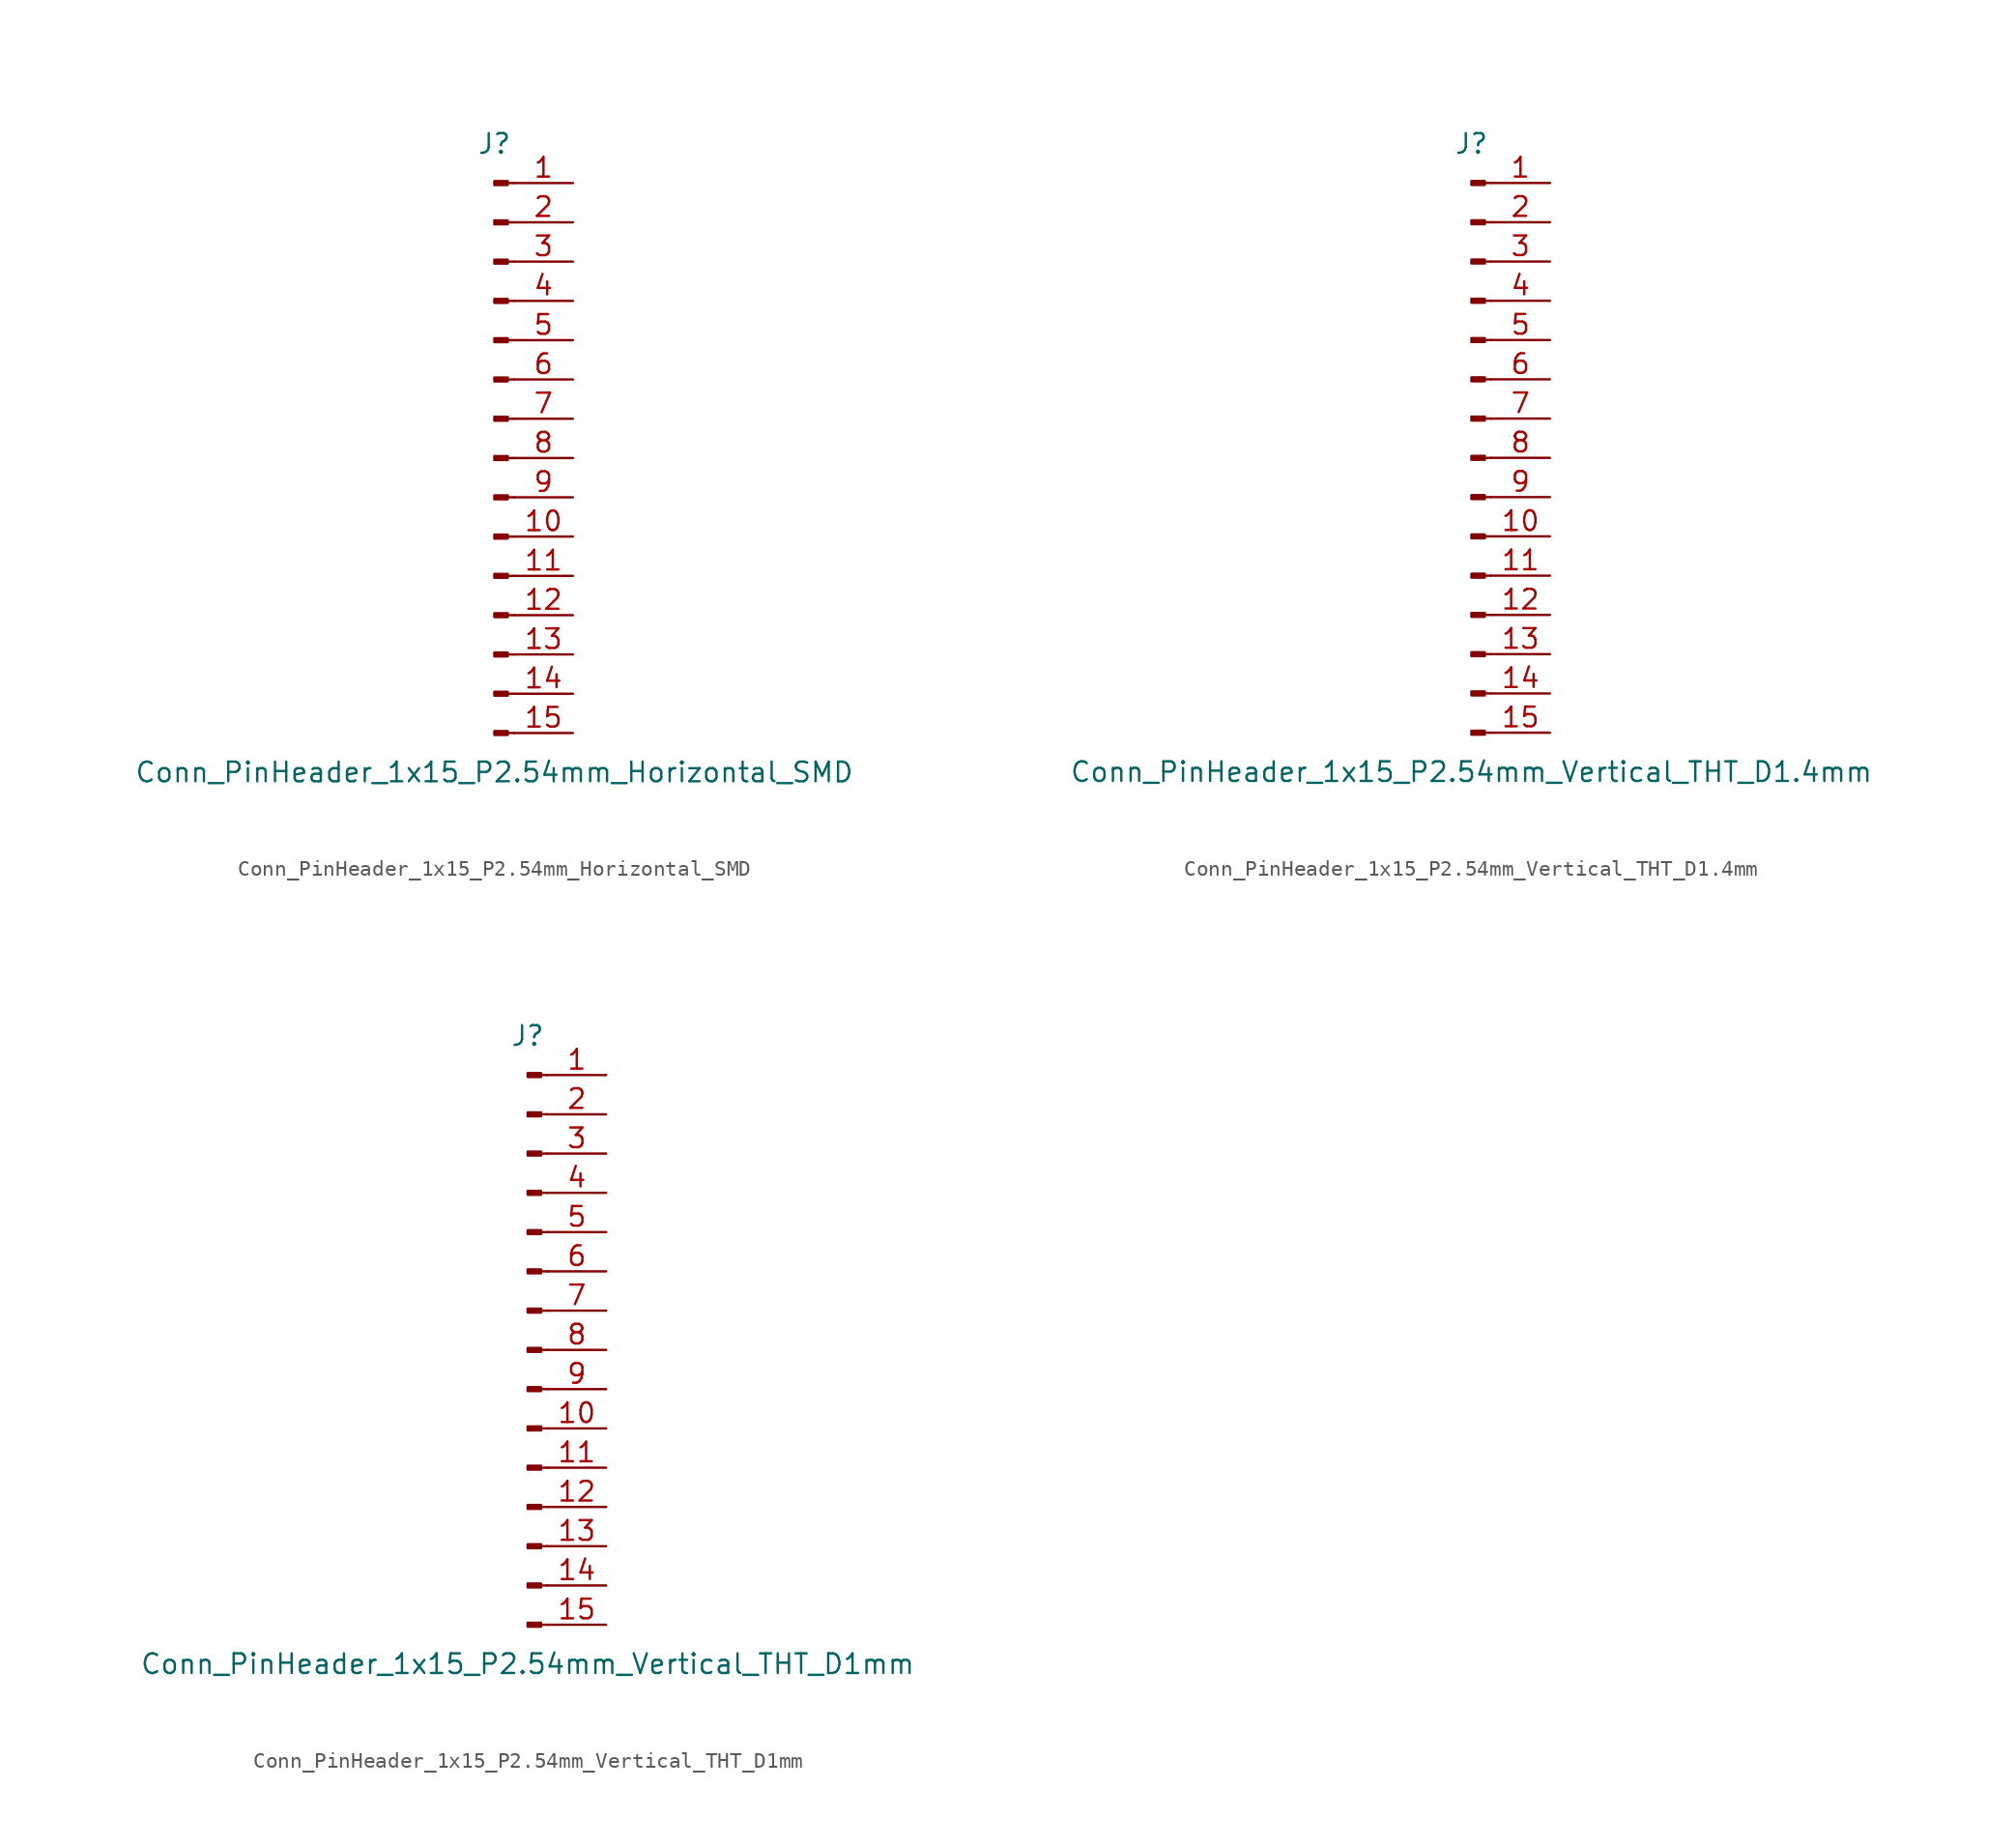
<source format=kicad_sym>
(kicad_symbol_lib
  (version 20220914)
  (generator kicad_symbol_editor)
  (symbol "Conn_PinHeader_1x15_P2.54mm_Horizontal_SMD"
    (pin_names
      (offset 1.016) hide)
    (property "Reference" "J"
      (at 0 20.32 0)
      (effects (font (size 1.27 1.27))))
    (property "Value" "Conn_PinHeader_1x15_P2.54mm_Horizontal_SMD"
      (at 0 -20.32 0)
      (effects (font (size 1.27 1.27))))
    (symbol "Conn_PinHeader_1x15_P2.54mm_Horizontal_SMD_1_1"
      (polyline (pts (xy 1.27 -17.78) (xy 0.864 -17.78)) (stroke (width 0.152) (type solid)) (fill (type none)))
      (polyline (pts (xy 1.27 -15.24) (xy 0.864 -15.24)) (stroke (width 0.152) (type solid)) (fill (type none)))
      (polyline (pts (xy 1.27 -12.7) (xy 0.864 -12.7)) (stroke (width 0.152) (type solid)) (fill (type none)))
      (polyline (pts (xy 1.27 -10.16) (xy 0.864 -10.16)) (stroke (width 0.152) (type solid)) (fill (type none)))
      (polyline (pts (xy 1.27 -7.62) (xy 0.864 -7.62)) (stroke (width 0.152) (type solid)) (fill (type none)))
      (polyline (pts (xy 1.27 -5.08) (xy 0.864 -5.08)) (stroke (width 0.152) (type solid)) (fill (type none)))
      (polyline (pts (xy 1.27 -2.54) (xy 0.864 -2.54)) (stroke (width 0.152) (type solid)) (fill (type none)))
      (polyline (pts (xy 1.27 0) (xy 0.864 0)) (stroke (width 0.152) (type solid)) (fill (type none)))
      (polyline (pts (xy 1.27 2.54) (xy 0.864 2.54)) (stroke (width 0.152) (type solid)) (fill (type none)))
      (polyline (pts (xy 1.27 5.08) (xy 0.864 5.08)) (stroke (width 0.152) (type solid)) (fill (type none)))
      (polyline (pts (xy 1.27 7.62) (xy 0.864 7.62)) (stroke (width 0.152) (type solid)) (fill (type none)))
      (polyline (pts (xy 1.27 10.16) (xy 0.864 10.16)) (stroke (width 0.152) (type solid)) (fill (type none)))
      (polyline (pts (xy 1.27 12.7) (xy 0.864 12.7)) (stroke (width 0.152) (type solid)) (fill (type none)))
      (polyline (pts (xy 1.27 15.24) (xy 0.864 15.24)) (stroke (width 0.152) (type solid)) (fill (type none)))
      (polyline (pts (xy 1.27 17.78) (xy 0.864 17.78)) (stroke (width 0.152) (type solid)) (fill (type none)))
      (rectangle (start 0.864 -17.653) (end 0 -17.907) (stroke (width 0.152) (type solid)) (fill (type outline)))
      (rectangle (start 0.864 -15.113) (end 0 -15.367) (stroke (width 0.152) (type solid)) (fill (type outline)))
      (rectangle (start 0.864 -12.573) (end 0 -12.827) (stroke (width 0.152) (type solid)) (fill (type outline)))
      (rectangle (start 0.864 -10.033) (end 0 -10.287) (stroke (width 0.152) (type solid)) (fill (type outline)))
      (rectangle (start 0.864 -7.493) (end 0 -7.747) (stroke (width 0.152) (type solid)) (fill (type outline)))
      (rectangle (start 0.864 -4.953) (end 0 -5.207) (stroke (width 0.152) (type solid)) (fill (type outline)))
      (rectangle (start 0.864 -2.413) (end 0 -2.667) (stroke (width 0.152) (type solid)) (fill (type outline)))
      (rectangle (start 0.864 0.127) (end 0 -0.127) (stroke (width 0.152) (type solid)) (fill (type outline)))
      (rectangle (start 0.864 2.667) (end 0 2.413) (stroke (width 0.152) (type solid)) (fill (type outline)))
      (rectangle (start 0.864 5.207) (end 0 4.953) (stroke (width 0.152) (type solid)) (fill (type outline)))
      (rectangle (start 0.864 7.747) (end 0 7.493) (stroke (width 0.152) (type solid)) (fill (type outline)))
      (rectangle (start 0.864 10.287) (end 0 10.033) (stroke (width 0.152) (type solid)) (fill (type outline)))
      (rectangle (start 0.864 12.827) (end 0 12.573) (stroke (width 0.152) (type solid)) (fill (type outline)))
      (rectangle (start 0.864 15.367) (end 0 15.113) (stroke (width 0.152) (type solid)) (fill (type outline)))
      (rectangle (start 0.864 17.907) (end 0 17.653) (stroke (width 0.152) (type solid)) (fill (type outline)))
      (pin passive line (at 5.08 17.78 180) (length 3.81) (name "Pin_1" (effects (font (size 1.27 1.27)))) (number "1" (effects (font (size 1.27 1.27)))))
      (pin passive line (at 5.08 -5.08 180) (length 3.81) (name "Pin_10" (effects (font (size 1.27 1.27)))) (number "10" (effects (font (size 1.27 1.27)))))
      (pin passive line (at 5.08 -7.62 180) (length 3.81) (name "Pin_11" (effects (font (size 1.27 1.27)))) (number "11" (effects (font (size 1.27 1.27)))))
      (pin passive line (at 5.08 -10.16 180) (length 3.81) (name "Pin_12" (effects (font (size 1.27 1.27)))) (number "12" (effects (font (size 1.27 1.27)))))
      (pin passive line (at 5.08 -12.7 180) (length 3.81) (name "Pin_13" (effects (font (size 1.27 1.27)))) (number "13" (effects (font (size 1.27 1.27)))))
      (pin passive line (at 5.08 -15.24 180) (length 3.81) (name "Pin_14" (effects (font (size 1.27 1.27)))) (number "14" (effects (font (size 1.27 1.27)))))
      (pin passive line (at 5.08 -17.78 180) (length 3.81) (name "Pin_15" (effects (font (size 1.27 1.27)))) (number "15" (effects (font (size 1.27 1.27)))))
      (pin passive line (at 5.08 15.24 180) (length 3.81) (name "Pin_2" (effects (font (size 1.27 1.27)))) (number "2" (effects (font (size 1.27 1.27)))))
      (pin passive line (at 5.08 12.7 180) (length 3.81) (name "Pin_3" (effects (font (size 1.27 1.27)))) (number "3" (effects (font (size 1.27 1.27)))))
      (pin passive line (at 5.08 10.16 180) (length 3.81) (name "Pin_4" (effects (font (size 1.27 1.27)))) (number "4" (effects (font (size 1.27 1.27)))))
      (pin passive line (at 5.08 7.62 180) (length 3.81) (name "Pin_5" (effects (font (size 1.27 1.27)))) (number "5" (effects (font (size 1.27 1.27)))))
      (pin passive line (at 5.08 5.08 180) (length 3.81) (name "Pin_6" (effects (font (size 1.27 1.27)))) (number "6" (effects (font (size 1.27 1.27)))))
      (pin passive line (at 5.08 2.54 180) (length 3.81) (name "Pin_7" (effects (font (size 1.27 1.27)))) (number "7" (effects (font (size 1.27 1.27)))))
      (pin passive line (at 5.08 0 180) (length 3.81) (name "Pin_8" (effects (font (size 1.27 1.27)))) (number "8" (effects (font (size 1.27 1.27)))))
      (pin passive line (at 5.08 -2.54 180) (length 3.81) (name "Pin_9" (effects (font (size 1.27 1.27)))) (number "9" (effects (font (size 1.27 1.27)))))))
  (symbol "Conn_PinHeader_1x15_P2.54mm_Vertical_THT_D1.4mm"
    (pin_names
      (offset 1.016) hide)
    (property "Reference" "J"
      (at 0 20.32 0)
      (effects (font (size 1.27 1.27))))
    (property "Value" "Conn_PinHeader_1x15_P2.54mm_Vertical_THT_D1.4mm"
      (at 0 -20.32 0)
      (effects (font (size 1.27 1.27))))
    (symbol "Conn_PinHeader_1x15_P2.54mm_Vertical_THT_D1.4mm_1_1"
      (polyline (pts (xy 1.27 -17.78) (xy 0.864 -17.78)) (stroke (width 0.152) (type solid)) (fill (type none)))
      (polyline (pts (xy 1.27 -15.24) (xy 0.864 -15.24)) (stroke (width 0.152) (type solid)) (fill (type none)))
      (polyline (pts (xy 1.27 -12.7) (xy 0.864 -12.7)) (stroke (width 0.152) (type solid)) (fill (type none)))
      (polyline (pts (xy 1.27 -10.16) (xy 0.864 -10.16)) (stroke (width 0.152) (type solid)) (fill (type none)))
      (polyline (pts (xy 1.27 -7.62) (xy 0.864 -7.62)) (stroke (width 0.152) (type solid)) (fill (type none)))
      (polyline (pts (xy 1.27 -5.08) (xy 0.864 -5.08)) (stroke (width 0.152) (type solid)) (fill (type none)))
      (polyline (pts (xy 1.27 -2.54) (xy 0.864 -2.54)) (stroke (width 0.152) (type solid)) (fill (type none)))
      (polyline (pts (xy 1.27 0) (xy 0.864 0)) (stroke (width 0.152) (type solid)) (fill (type none)))
      (polyline (pts (xy 1.27 2.54) (xy 0.864 2.54)) (stroke (width 0.152) (type solid)) (fill (type none)))
      (polyline (pts (xy 1.27 5.08) (xy 0.864 5.08)) (stroke (width 0.152) (type solid)) (fill (type none)))
      (polyline (pts (xy 1.27 7.62) (xy 0.864 7.62)) (stroke (width 0.152) (type solid)) (fill (type none)))
      (polyline (pts (xy 1.27 10.16) (xy 0.864 10.16)) (stroke (width 0.152) (type solid)) (fill (type none)))
      (polyline (pts (xy 1.27 12.7) (xy 0.864 12.7)) (stroke (width 0.152) (type solid)) (fill (type none)))
      (polyline (pts (xy 1.27 15.24) (xy 0.864 15.24)) (stroke (width 0.152) (type solid)) (fill (type none)))
      (polyline (pts (xy 1.27 17.78) (xy 0.864 17.78)) (stroke (width 0.152) (type solid)) (fill (type none)))
      (rectangle (start 0.864 -17.653) (end 0 -17.907) (stroke (width 0.152) (type solid)) (fill (type outline)))
      (rectangle (start 0.864 -15.113) (end 0 -15.367) (stroke (width 0.152) (type solid)) (fill (type outline)))
      (rectangle (start 0.864 -12.573) (end 0 -12.827) (stroke (width 0.152) (type solid)) (fill (type outline)))
      (rectangle (start 0.864 -10.033) (end 0 -10.287) (stroke (width 0.152) (type solid)) (fill (type outline)))
      (rectangle (start 0.864 -7.493) (end 0 -7.747) (stroke (width 0.152) (type solid)) (fill (type outline)))
      (rectangle (start 0.864 -4.953) (end 0 -5.207) (stroke (width 0.152) (type solid)) (fill (type outline)))
      (rectangle (start 0.864 -2.413) (end 0 -2.667) (stroke (width 0.152) (type solid)) (fill (type outline)))
      (rectangle (start 0.864 0.127) (end 0 -0.127) (stroke (width 0.152) (type solid)) (fill (type outline)))
      (rectangle (start 0.864 2.667) (end 0 2.413) (stroke (width 0.152) (type solid)) (fill (type outline)))
      (rectangle (start 0.864 5.207) (end 0 4.953) (stroke (width 0.152) (type solid)) (fill (type outline)))
      (rectangle (start 0.864 7.747) (end 0 7.493) (stroke (width 0.152) (type solid)) (fill (type outline)))
      (rectangle (start 0.864 10.287) (end 0 10.033) (stroke (width 0.152) (type solid)) (fill (type outline)))
      (rectangle (start 0.864 12.827) (end 0 12.573) (stroke (width 0.152) (type solid)) (fill (type outline)))
      (rectangle (start 0.864 15.367) (end 0 15.113) (stroke (width 0.152) (type solid)) (fill (type outline)))
      (rectangle (start 0.864 17.907) (end 0 17.653) (stroke (width 0.152) (type solid)) (fill (type outline)))
      (pin passive line (at 5.08 17.78 180) (length 3.81) (name "Pin_1" (effects (font (size 1.27 1.27)))) (number "1" (effects (font (size 1.27 1.27)))))
      (pin passive line (at 5.08 -5.08 180) (length 3.81) (name "Pin_10" (effects (font (size 1.27 1.27)))) (number "10" (effects (font (size 1.27 1.27)))))
      (pin passive line (at 5.08 -7.62 180) (length 3.81) (name "Pin_11" (effects (font (size 1.27 1.27)))) (number "11" (effects (font (size 1.27 1.27)))))
      (pin passive line (at 5.08 -10.16 180) (length 3.81) (name "Pin_12" (effects (font (size 1.27 1.27)))) (number "12" (effects (font (size 1.27 1.27)))))
      (pin passive line (at 5.08 -12.7 180) (length 3.81) (name "Pin_13" (effects (font (size 1.27 1.27)))) (number "13" (effects (font (size 1.27 1.27)))))
      (pin passive line (at 5.08 -15.24 180) (length 3.81) (name "Pin_14" (effects (font (size 1.27 1.27)))) (number "14" (effects (font (size 1.27 1.27)))))
      (pin passive line (at 5.08 -17.78 180) (length 3.81) (name "Pin_15" (effects (font (size 1.27 1.27)))) (number "15" (effects (font (size 1.27 1.27)))))
      (pin passive line (at 5.08 15.24 180) (length 3.81) (name "Pin_2" (effects (font (size 1.27 1.27)))) (number "2" (effects (font (size 1.27 1.27)))))
      (pin passive line (at 5.08 12.7 180) (length 3.81) (name "Pin_3" (effects (font (size 1.27 1.27)))) (number "3" (effects (font (size 1.27 1.27)))))
      (pin passive line (at 5.08 10.16 180) (length 3.81) (name "Pin_4" (effects (font (size 1.27 1.27)))) (number "4" (effects (font (size 1.27 1.27)))))
      (pin passive line (at 5.08 7.62 180) (length 3.81) (name "Pin_5" (effects (font (size 1.27 1.27)))) (number "5" (effects (font (size 1.27 1.27)))))
      (pin passive line (at 5.08 5.08 180) (length 3.81) (name "Pin_6" (effects (font (size 1.27 1.27)))) (number "6" (effects (font (size 1.27 1.27)))))
      (pin passive line (at 5.08 2.54 180) (length 3.81) (name "Pin_7" (effects (font (size 1.27 1.27)))) (number "7" (effects (font (size 1.27 1.27)))))
      (pin passive line (at 5.08 0 180) (length 3.81) (name "Pin_8" (effects (font (size 1.27 1.27)))) (number "8" (effects (font (size 1.27 1.27)))))
      (pin passive line (at 5.08 -2.54 180) (length 3.81) (name "Pin_9" (effects (font (size 1.27 1.27)))) (number "9" (effects (font (size 1.27 1.27)))))))
  (symbol "Conn_PinHeader_1x15_P2.54mm_Vertical_THT_D1mm"
    (pin_names
      (offset 1.016) hide)
    (property "Reference" "J"
      (at 0 20.32 0)
      (effects (font (size 1.27 1.27))))
    (property "Value" "Conn_PinHeader_1x15_P2.54mm_Vertical_THT_D1mm"
      (at 0 -20.32 0)
      (effects (font (size 1.27 1.27))))
    (symbol "Conn_PinHeader_1x15_P2.54mm_Vertical_THT_D1mm_1_1"
      (polyline (pts (xy 1.27 -17.78) (xy 0.864 -17.78)) (stroke (width 0.152) (type solid)) (fill (type none)))
      (polyline (pts (xy 1.27 -15.24) (xy 0.864 -15.24)) (stroke (width 0.152) (type solid)) (fill (type none)))
      (polyline (pts (xy 1.27 -12.7) (xy 0.864 -12.7)) (stroke (width 0.152) (type solid)) (fill (type none)))
      (polyline (pts (xy 1.27 -10.16) (xy 0.864 -10.16)) (stroke (width 0.152) (type solid)) (fill (type none)))
      (polyline (pts (xy 1.27 -7.62) (xy 0.864 -7.62)) (stroke (width 0.152) (type solid)) (fill (type none)))
      (polyline (pts (xy 1.27 -5.08) (xy 0.864 -5.08)) (stroke (width 0.152) (type solid)) (fill (type none)))
      (polyline (pts (xy 1.27 -2.54) (xy 0.864 -2.54)) (stroke (width 0.152) (type solid)) (fill (type none)))
      (polyline (pts (xy 1.27 0) (xy 0.864 0)) (stroke (width 0.152) (type solid)) (fill (type none)))
      (polyline (pts (xy 1.27 2.54) (xy 0.864 2.54)) (stroke (width 0.152) (type solid)) (fill (type none)))
      (polyline (pts (xy 1.27 5.08) (xy 0.864 5.08)) (stroke (width 0.152) (type solid)) (fill (type none)))
      (polyline (pts (xy 1.27 7.62) (xy 0.864 7.62)) (stroke (width 0.152) (type solid)) (fill (type none)))
      (polyline (pts (xy 1.27 10.16) (xy 0.864 10.16)) (stroke (width 0.152) (type solid)) (fill (type none)))
      (polyline (pts (xy 1.27 12.7) (xy 0.864 12.7)) (stroke (width 0.152) (type solid)) (fill (type none)))
      (polyline (pts (xy 1.27 15.24) (xy 0.864 15.24)) (stroke (width 0.152) (type solid)) (fill (type none)))
      (polyline (pts (xy 1.27 17.78) (xy 0.864 17.78)) (stroke (width 0.152) (type solid)) (fill (type none)))
      (rectangle (start 0.864 -17.653) (end 0 -17.907) (stroke (width 0.152) (type solid)) (fill (type outline)))
      (rectangle (start 0.864 -15.113) (end 0 -15.367) (stroke (width 0.152) (type solid)) (fill (type outline)))
      (rectangle (start 0.864 -12.573) (end 0 -12.827) (stroke (width 0.152) (type solid)) (fill (type outline)))
      (rectangle (start 0.864 -10.033) (end 0 -10.287) (stroke (width 0.152) (type solid)) (fill (type outline)))
      (rectangle (start 0.864 -7.493) (end 0 -7.747) (stroke (width 0.152) (type solid)) (fill (type outline)))
      (rectangle (start 0.864 -4.953) (end 0 -5.207) (stroke (width 0.152) (type solid)) (fill (type outline)))
      (rectangle (start 0.864 -2.413) (end 0 -2.667) (stroke (width 0.152) (type solid)) (fill (type outline)))
      (rectangle (start 0.864 0.127) (end 0 -0.127) (stroke (width 0.152) (type solid)) (fill (type outline)))
      (rectangle (start 0.864 2.667) (end 0 2.413) (stroke (width 0.152) (type solid)) (fill (type outline)))
      (rectangle (start 0.864 5.207) (end 0 4.953) (stroke (width 0.152) (type solid)) (fill (type outline)))
      (rectangle (start 0.864 7.747) (end 0 7.493) (stroke (width 0.152) (type solid)) (fill (type outline)))
      (rectangle (start 0.864 10.287) (end 0 10.033) (stroke (width 0.152) (type solid)) (fill (type outline)))
      (rectangle (start 0.864 12.827) (end 0 12.573) (stroke (width 0.152) (type solid)) (fill (type outline)))
      (rectangle (start 0.864 15.367) (end 0 15.113) (stroke (width 0.152) (type solid)) (fill (type outline)))
      (rectangle (start 0.864 17.907) (end 0 17.653) (stroke (width 0.152) (type solid)) (fill (type outline)))
      (pin passive line (at 5.08 17.78 180) (length 3.81) (name "Pin_1" (effects (font (size 1.27 1.27)))) (number "1" (effects (font (size 1.27 1.27)))))
      (pin passive line (at 5.08 -5.08 180) (length 3.81) (name "Pin_10" (effects (font (size 1.27 1.27)))) (number "10" (effects (font (size 1.27 1.27)))))
      (pin passive line (at 5.08 -7.62 180) (length 3.81) (name "Pin_11" (effects (font (size 1.27 1.27)))) (number "11" (effects (font (size 1.27 1.27)))))
      (pin passive line (at 5.08 -10.16 180) (length 3.81) (name "Pin_12" (effects (font (size 1.27 1.27)))) (number "12" (effects (font (size 1.27 1.27)))))
      (pin passive line (at 5.08 -12.7 180) (length 3.81) (name "Pin_13" (effects (font (size 1.27 1.27)))) (number "13" (effects (font (size 1.27 1.27)))))
      (pin passive line (at 5.08 -15.24 180) (length 3.81) (name "Pin_14" (effects (font (size 1.27 1.27)))) (number "14" (effects (font (size 1.27 1.27)))))
      (pin passive line (at 5.08 -17.78 180) (length 3.81) (name "Pin_15" (effects (font (size 1.27 1.27)))) (number "15" (effects (font (size 1.27 1.27)))))
      (pin passive line (at 5.08 15.24 180) (length 3.81) (name "Pin_2" (effects (font (size 1.27 1.27)))) (number "2" (effects (font (size 1.27 1.27)))))
      (pin passive line (at 5.08 12.7 180) (length 3.81) (name "Pin_3" (effects (font (size 1.27 1.27)))) (number "3" (effects (font (size 1.27 1.27)))))
      (pin passive line (at 5.08 10.16 180) (length 3.81) (name "Pin_4" (effects (font (size 1.27 1.27)))) (number "4" (effects (font (size 1.27 1.27)))))
      (pin passive line (at 5.08 7.62 180) (length 3.81) (name "Pin_5" (effects (font (size 1.27 1.27)))) (number "5" (effects (font (size 1.27 1.27)))))
      (pin passive line (at 5.08 5.08 180) (length 3.81) (name "Pin_6" (effects (font (size 1.27 1.27)))) (number "6" (effects (font (size 1.27 1.27)))))
      (pin passive line (at 5.08 2.54 180) (length 3.81) (name "Pin_7" (effects (font (size 1.27 1.27)))) (number "7" (effects (font (size 1.27 1.27)))))
      (pin passive line (at 5.08 0 180) (length 3.81) (name "Pin_8" (effects (font (size 1.27 1.27)))) (number "8" (effects (font (size 1.27 1.27)))))
      (pin passive line (at 5.08 -2.54 180) (length 3.81) (name "Pin_9" (effects (font (size 1.27 1.27)))) (number "9" (effects (font (size 1.27 1.27))))))))
</source>
